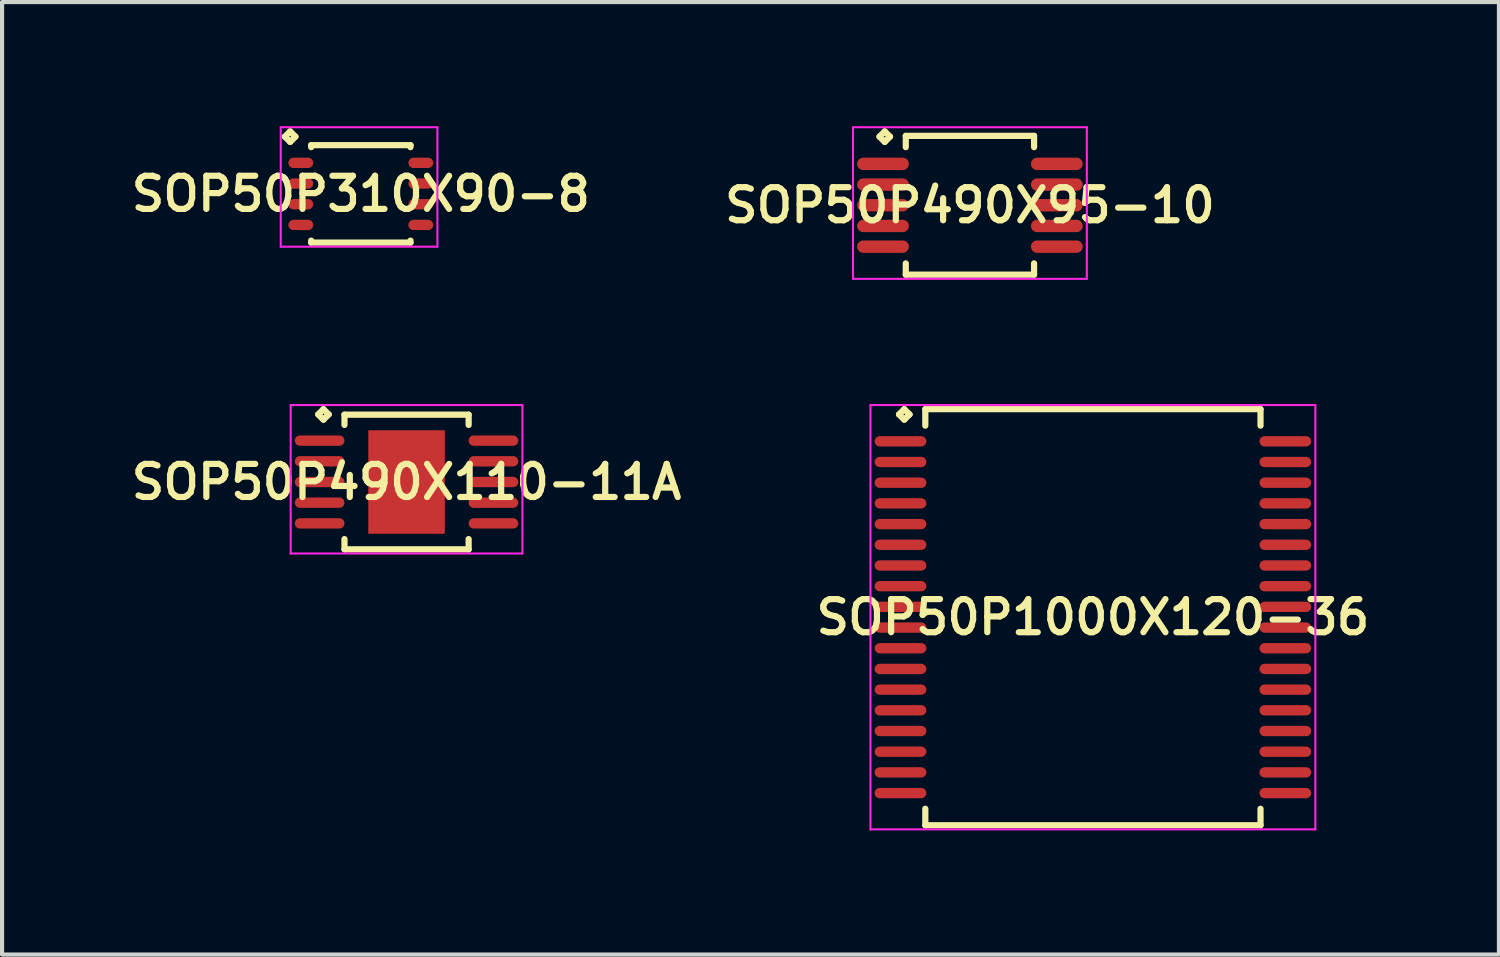
<source format=kicad_pcb>
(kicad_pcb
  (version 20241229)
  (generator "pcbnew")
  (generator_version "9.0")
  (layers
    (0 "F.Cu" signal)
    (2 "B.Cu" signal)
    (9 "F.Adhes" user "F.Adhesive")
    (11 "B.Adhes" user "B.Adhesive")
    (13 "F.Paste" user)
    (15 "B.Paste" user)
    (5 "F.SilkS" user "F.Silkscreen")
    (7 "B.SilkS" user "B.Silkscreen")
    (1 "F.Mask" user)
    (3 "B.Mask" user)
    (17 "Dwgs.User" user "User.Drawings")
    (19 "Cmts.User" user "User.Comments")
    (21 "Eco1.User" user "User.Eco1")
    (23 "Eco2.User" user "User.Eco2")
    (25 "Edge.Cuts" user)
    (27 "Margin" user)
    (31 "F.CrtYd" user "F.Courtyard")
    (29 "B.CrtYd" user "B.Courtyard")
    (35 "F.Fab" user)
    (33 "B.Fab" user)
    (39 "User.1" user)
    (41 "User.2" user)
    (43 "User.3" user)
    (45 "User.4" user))
  (footprint "SOP50P490X95-10"
    (layer "F.Cu")
    (at 20.387 1.91)
    (property "Reference" "SOP50P490X95-10" (at 0 0 0) (layer "F.SilkS") (effects (font (size 0.8 0.8) (thickness 0.15))))
    (attr smd)
    (fp_line (start -2.185 -1.658) (end -2.058 -1.785) (stroke (width 0.15) (type solid)) (layer "F.SilkS"))
    (fp_line (start -2.058 -1.785) (end -1.931 -1.658) (stroke (width 0.15) (type solid)) (layer "F.SilkS"))
    (fp_line (start -2.058 -1.531) (end -2.185 -1.658) (stroke (width 0.15) (type solid)) (layer "F.SilkS"))
    (fp_line (start -1.931 -1.658) (end -2.058 -1.531) (stroke (width 0.15) (type solid)) (layer "F.SilkS"))
    (fp_line (start -1.55 -1.677) (end 1.55 -1.677) (stroke (width 0.15) (type solid)) (layer "F.SilkS"))
    (fp_line (start -1.55 -1.404) (end -1.55 -1.677) (stroke (width 0.15) (type solid)) (layer "F.SilkS"))
    (fp_line (start -1.55 1.404) (end -1.55 1.677) (stroke (width 0.15) (type solid)) (layer "F.SilkS"))
    (fp_line (start -1.55 1.677) (end 1.55 1.677) (stroke (width 0.15) (type solid)) (layer "F.SilkS"))
    (fp_line (start 1.55 -1.677) (end 1.55 -1.404) (stroke (width 0.15) (type solid)) (layer "F.SilkS"))
    (fp_line (start 1.55 1.677) (end 1.55 1.404) (stroke (width 0.15) (type solid)) (layer "F.SilkS"))
    (fp_line (start -2.825 -1.885) (end 2.825 -1.885) (stroke (width 0.05) (type solid)) (layer "F.CrtYd"))
    (fp_line (start -2.825 1.777) (end -2.825 -1.885) (stroke (width 0.05) (type solid)) (layer "F.CrtYd"))
    (fp_line (start 2.825 -1.885) (end 2.825 1.777) (stroke (width 0.05) (type solid)) (layer "F.CrtYd"))
    (fp_line (start 2.825 1.777) (end -2.825 1.777) (stroke (width 0.05) (type solid)) (layer "F.CrtYd"))
    (pad "1" smd oval (at -2.1 -1) (size 1.25 0.3) (layers "F.Cu" "F.Mask" "F.Paste"))
    (pad "2" smd oval (at -2.1 -0.5) (size 1.25 0.3) (layers "F.Cu" "F.Mask" "F.Paste"))
    (pad "3" smd oval (at -2.1 0) (size 1.25 0.3) (layers "F.Cu" "F.Mask" "F.Paste"))
    (pad "4" smd oval (at -2.1 0.5) (size 1.25 0.3) (layers "F.Cu" "F.Mask" "F.Paste"))
    (pad "5" smd oval (at -2.1 1) (size 1.25 0.3) (layers "F.Cu" "F.Mask" "F.Paste"))
    (pad "6" smd oval (at 2.1 1) (size 1.25 0.3) (layers "F.Cu" "F.Mask" "F.Paste"))
    (pad "7" smd oval (at 2.1 0.5) (size 1.25 0.3) (layers "F.Cu" "F.Mask" "F.Paste"))
    (pad "8" smd oval (at 2.1 0) (size 1.25 0.3) (layers "F.Cu" "F.Mask" "F.Paste"))
    (pad "9" smd oval (at 2.1 -0.5) (size 1.25 0.3) (layers "F.Cu" "F.Mask" "F.Paste"))
    (pad "10" smd oval (at 2.1 -1) (size 1.25 0.3) (layers "F.Cu" "F.Mask" "F.Paste")))
  (footprint "SOP50P310X90-8"
    (layer "F.Cu")
    (at 5.669 1.635)
    (property "Reference" "SOP50P310X90-8" (at 0 0 0) (layer "F.SilkS") (effects (font (size 0.8 0.8) (thickness 0.15))))
    (attr smd)
    (fp_line (start -1.835 -1.383) (end -1.708 -1.51) (stroke (width 0.15) (type solid)) (layer "F.SilkS"))
    (fp_line (start -1.708 -1.51) (end -1.581 -1.383) (stroke (width 0.15) (type solid)) (layer "F.SilkS"))
    (fp_line (start -1.708 -1.256) (end -1.835 -1.383) (stroke (width 0.15) (type solid)) (layer "F.SilkS"))
    (fp_line (start -1.581 -1.383) (end -1.708 -1.256) (stroke (width 0.15) (type solid)) (layer "F.SilkS"))
    (fp_line (start -1.2 -1.177) (end 1.2 -1.177) (stroke (width 0.15) (type solid)) (layer "F.SilkS"))
    (fp_line (start -1.2 -1.129) (end -1.2 -1.177) (stroke (width 0.15) (type solid)) (layer "F.SilkS"))
    (fp_line (start -1.2 1.129) (end -1.2 1.177) (stroke (width 0.15) (type solid)) (layer "F.SilkS"))
    (fp_line (start -1.2 1.177) (end 1.2 1.177) (stroke (width 0.15) (type solid)) (layer "F.SilkS"))
    (fp_line (start 1.2 -1.177) (end 1.2 -1.129) (stroke (width 0.15) (type solid)) (layer "F.SilkS"))
    (fp_line (start 1.2 1.177) (end 1.2 1.129) (stroke (width 0.15) (type solid)) (layer "F.SilkS"))
    (fp_line (start -1.935 -1.61) (end 1.85 -1.61) (stroke (width 0.05) (type solid)) (layer "F.CrtYd"))
    (fp_line (start -1.935 1.277) (end -1.935 -1.61) (stroke (width 0.05) (type solid)) (layer "F.CrtYd"))
    (fp_line (start 1.85 -1.61) (end 1.85 1.277) (stroke (width 0.05) (type solid)) (layer "F.CrtYd"))
    (fp_line (start 1.85 1.277) (end -1.935 1.277) (stroke (width 0.05) (type solid)) (layer "F.CrtYd"))
    (pad "1" smd oval (at -1.45 -0.75) (size 0.6 0.25) (layers "F.Cu" "F.Mask" "F.Paste"))
    (pad "2" smd oval (at -1.45 -0.25) (size 0.6 0.25) (layers "F.Cu" "F.Mask" "F.Paste"))
    (pad "3" smd oval (at -1.45 0.25) (size 0.6 0.25) (layers "F.Cu" "F.Mask" "F.Paste"))
    (pad "4" smd oval (at -1.45 0.75) (size 0.6 0.25) (layers "F.Cu" "F.Mask" "F.Paste"))
    (pad "5" smd oval (at 1.45 0.75) (size 0.6 0.25) (layers "F.Cu" "F.Mask" "F.Paste"))
    (pad "6" smd oval (at 1.45 0.25) (size 0.6 0.25) (layers "F.Cu" "F.Mask" "F.Paste"))
    (pad "7" smd oval (at 1.45 -0.25) (size 0.6 0.25) (layers "F.Cu" "F.Mask" "F.Paste"))
    (pad "8" smd oval (at 1.45 -0.75) (size 0.6 0.25) (layers "F.Cu" "F.Mask" "F.Paste")))
  (footprint "SOP50P1000X120-36"
    (layer "F.Cu")
    (at 23.359 11.864)
    (property "Reference" "SOP50P1000X120-36" (at 0 0 0) (layer "F.SilkS") (effects (font (size 0.8 0.8) (thickness 0.15))))
    (attr smd)
    (fp_line (start -4.685 -4.9) (end -4.558 -5.027) (stroke (width 0.15) (type solid)) (layer "F.SilkS"))
    (fp_line (start -4.558 -5.027) (end -4.431 -4.9) (stroke (width 0.15) (type solid)) (layer "F.SilkS"))
    (fp_line (start -4.558 -4.773) (end -4.685 -4.9) (stroke (width 0.15) (type solid)) (layer "F.SilkS"))
    (fp_line (start -4.431 -4.9) (end -4.558 -4.773) (stroke (width 0.15) (type solid)) (layer "F.SilkS"))
    (fp_line (start -4.05 -5.027) (end 4.05 -5.027) (stroke (width 0.15) (type solid)) (layer "F.SilkS"))
    (fp_line (start -4.05 -4.629) (end -4.05 -5.027) (stroke (width 0.15) (type solid)) (layer "F.SilkS"))
    (fp_line (start -4.05 4.629) (end -4.05 5.027) (stroke (width 0.15) (type solid)) (layer "F.SilkS"))
    (fp_line (start -4.05 5.027) (end 4.05 5.027) (stroke (width 0.15) (type solid)) (layer "F.SilkS"))
    (fp_line (start 4.05 -5.027) (end 4.05 -4.629) (stroke (width 0.15) (type solid)) (layer "F.SilkS"))
    (fp_line (start 4.05 5.027) (end 4.05 4.629) (stroke (width 0.15) (type solid)) (layer "F.SilkS"))
    (fp_line (start -5.375 -5.127) (end 5.375 -5.127) (stroke (width 0.05) (type solid)) (layer "F.CrtYd"))
    (fp_line (start -5.375 5.127) (end -5.375 -5.127) (stroke (width 0.05) (type solid)) (layer "F.CrtYd"))
    (fp_line (start 5.375 -5.127) (end 5.375 5.127) (stroke (width 0.05) (type solid)) (layer "F.CrtYd"))
    (fp_line (start 5.375 5.127) (end -5.375 5.127) (stroke (width 0.05) (type solid)) (layer "F.CrtYd"))
    (pad "1" smd oval (at -4.65 -4.25) (size 1.25 0.25) (layers "F.Cu" "F.Mask" "F.Paste"))
    (pad "2" smd oval (at -4.65 -3.75) (size 1.25 0.25) (layers "F.Cu" "F.Mask" "F.Paste"))
    (pad "3" smd oval (at -4.65 -3.25) (size 1.25 0.25) (layers "F.Cu" "F.Mask" "F.Paste"))
    (pad "4" smd oval (at -4.65 -2.75) (size 1.25 0.25) (layers "F.Cu" "F.Mask" "F.Paste"))
    (pad "5" smd oval (at -4.65 -2.25) (size 1.25 0.25) (layers "F.Cu" "F.Mask" "F.Paste"))
    (pad "6" smd oval (at -4.65 -1.75) (size 1.25 0.25) (layers "F.Cu" "F.Mask" "F.Paste"))
    (pad "7" smd oval (at -4.65 -1.25) (size 1.25 0.25) (layers "F.Cu" "F.Mask" "F.Paste"))
    (pad "8" smd oval (at -4.65 -0.75) (size 1.25 0.25) (layers "F.Cu" "F.Mask" "F.Paste"))
    (pad "9" smd oval (at -4.65 -0.25) (size 1.25 0.25) (layers "F.Cu" "F.Mask" "F.Paste"))
    (pad "10" smd oval (at -4.65 0.25) (size 1.25 0.25) (layers "F.Cu" "F.Mask" "F.Paste"))
    (pad "11" smd oval (at -4.65 0.75) (size 1.25 0.25) (layers "F.Cu" "F.Mask" "F.Paste"))
    (pad "12" smd oval (at -4.65 1.25) (size 1.25 0.25) (layers "F.Cu" "F.Mask" "F.Paste"))
    (pad "13" smd oval (at -4.65 1.75) (size 1.25 0.25) (layers "F.Cu" "F.Mask" "F.Paste"))
    (pad "14" smd oval (at -4.65 2.25) (size 1.25 0.25) (layers "F.Cu" "F.Mask" "F.Paste"))
    (pad "15" smd oval (at -4.65 2.75) (size 1.25 0.25) (layers "F.Cu" "F.Mask" "F.Paste"))
    (pad "16" smd oval (at -4.65 3.25) (size 1.25 0.25) (layers "F.Cu" "F.Mask" "F.Paste"))
    (pad "17" smd oval (at -4.65 3.75) (size 1.25 0.25) (layers "F.Cu" "F.Mask" "F.Paste"))
    (pad "18" smd oval (at -4.65 4.25) (size 1.25 0.25) (layers "F.Cu" "F.Mask" "F.Paste"))
    (pad "19" smd oval (at 4.65 4.25) (size 1.25 0.25) (layers "F.Cu" "F.Mask" "F.Paste"))
    (pad "20" smd oval (at 4.65 3.75) (size 1.25 0.25) (layers "F.Cu" "F.Mask" "F.Paste"))
    (pad "21" smd oval (at 4.65 3.25) (size 1.25 0.25) (layers "F.Cu" "F.Mask" "F.Paste"))
    (pad "22" smd oval (at 4.65 2.75) (size 1.25 0.25) (layers "F.Cu" "F.Mask" "F.Paste"))
    (pad "23" smd oval (at 4.65 2.25) (size 1.25 0.25) (layers "F.Cu" "F.Mask" "F.Paste"))
    (pad "24" smd oval (at 4.65 1.75) (size 1.25 0.25) (layers "F.Cu" "F.Mask" "F.Paste"))
    (pad "25" smd oval (at 4.65 1.25) (size 1.25 0.25) (layers "F.Cu" "F.Mask" "F.Paste"))
    (pad "26" smd oval (at 4.65 0.75) (size 1.25 0.25) (layers "F.Cu" "F.Mask" "F.Paste"))
    (pad "27" smd oval (at 4.65 0.25) (size 1.25 0.25) (layers "F.Cu" "F.Mask" "F.Paste"))
    (pad "28" smd oval (at 4.65 -0.25) (size 1.25 0.25) (layers "F.Cu" "F.Mask" "F.Paste"))
    (pad "29" smd oval (at 4.65 -0.75) (size 1.25 0.25) (layers "F.Cu" "F.Mask" "F.Paste"))
    (pad "30" smd oval (at 4.65 -1.25) (size 1.25 0.25) (layers "F.Cu" "F.Mask" "F.Paste"))
    (pad "31" smd oval (at 4.65 -1.75) (size 1.25 0.25) (layers "F.Cu" "F.Mask" "F.Paste"))
    (pad "32" smd oval (at 4.65 -2.25) (size 1.25 0.25) (layers "F.Cu" "F.Mask" "F.Paste"))
    (pad "33" smd oval (at 4.65 -2.75) (size 1.25 0.25) (layers "F.Cu" "F.Mask" "F.Paste"))
    (pad "34" smd oval (at 4.65 -3.25) (size 1.25 0.25) (layers "F.Cu" "F.Mask" "F.Paste"))
    (pad "35" smd oval (at 4.65 -3.75) (size 1.25 0.25) (layers "F.Cu" "F.Mask" "F.Paste"))
    (pad "36" smd oval (at 4.65 -4.25) (size 1.25 0.25) (layers "F.Cu" "F.Mask" "F.Paste")))
  (footprint "SOP50P490X110-11A"
    (layer "F.Cu")
    (at 6.774 8.597)
    (property "Reference" "SOP50P490X110-11A" (at 0 0 0) (layer "F.SilkS") (effects (font (size 0.8 0.8) (thickness 0.15))))
    (attr smd)
    (fp_line (start -2.135 -1.633) (end -2.008 -1.76) (stroke (width 0.15) (type solid)) (layer "F.SilkS"))
    (fp_line (start -2.008 -1.76) (end -1.881 -1.633) (stroke (width 0.15) (type solid)) (layer "F.SilkS"))
    (fp_line (start -2.008 -1.506) (end -2.135 -1.633) (stroke (width 0.15) (type solid)) (layer "F.SilkS"))
    (fp_line (start -1.881 -1.633) (end -2.008 -1.506) (stroke (width 0.15) (type solid)) (layer "F.SilkS"))
    (fp_line (start -1.5 -1.627) (end 1.5 -1.627) (stroke (width 0.15) (type solid)) (layer "F.SilkS"))
    (fp_line (start -1.5 -1.379) (end -1.5 -1.627) (stroke (width 0.15) (type solid)) (layer "F.SilkS"))
    (fp_line (start -1.5 1.379) (end -1.5 1.627) (stroke (width 0.15) (type solid)) (layer "F.SilkS"))
    (fp_line (start -1.5 1.627) (end 1.5 1.627) (stroke (width 0.15) (type solid)) (layer "F.SilkS"))
    (fp_line (start 1.5 -1.627) (end 1.5 -1.379) (stroke (width 0.15) (type solid)) (layer "F.SilkS"))
    (fp_line (start 1.5 1.627) (end 1.5 1.379) (stroke (width 0.15) (type solid)) (layer "F.SilkS"))
    (fp_line (start -2.8 -1.86) (end 2.8 -1.86) (stroke (width 0.05) (type solid)) (layer "F.CrtYd"))
    (fp_line (start -2.8 1.727) (end -2.8 -1.86) (stroke (width 0.05) (type solid)) (layer "F.CrtYd"))
    (fp_line (start 2.8 -1.86) (end 2.8 1.727) (stroke (width 0.05) (type solid)) (layer "F.CrtYd"))
    (fp_line (start 2.8 1.727) (end -2.8 1.727) (stroke (width 0.05) (type solid)) (layer "F.CrtYd"))
    (pad "1" smd oval (at -2.1 -1) (size 1.2 0.25) (layers "F.Cu" "F.Mask" "F.Paste"))
    (pad "2" smd oval (at -2.1 -0.5) (size 1.2 0.25) (layers "F.Cu" "F.Mask" "F.Paste"))
    (pad "3" smd oval (at -2.1 0) (size 1.2 0.25) (layers "F.Cu" "F.Mask" "F.Paste"))
    (pad "4" smd oval (at -2.1 0.5) (size 1.2 0.25) (layers "F.Cu" "F.Mask" "F.Paste"))
    (pad "5" smd oval (at -2.1 1) (size 1.2 0.25) (layers "F.Cu" "F.Mask" "F.Paste"))
    (pad "6" smd oval (at 2.1 1) (size 1.2 0.25) (layers "F.Cu" "F.Mask" "F.Paste"))
    (pad "7" smd oval (at 2.1 0.5) (size 1.2 0.25) (layers "F.Cu" "F.Mask" "F.Paste"))
    (pad "8" smd oval (at 2.1 0) (size 1.2 0.25) (layers "F.Cu" "F.Mask" "F.Paste"))
    (pad "9" smd oval (at 2.1 -0.5) (size 1.2 0.25) (layers "F.Cu" "F.Mask" "F.Paste"))
    (pad "10" smd oval (at 2.1 -1) (size 1.2 0.25) (layers "F.Cu" "F.Mask" "F.Paste"))
    (pad "11" smd rect (at 0 0) (size 1.85 2.5) (layers "F.Cu" "F.Mask" "F.Paste")))
  (gr_rect
    (start -3 -3)
    (end 33.17 20.016)
    (stroke (width 0.1) (type default))
    (fill no)
    (layer "Edge.Cuts")))
</source>
